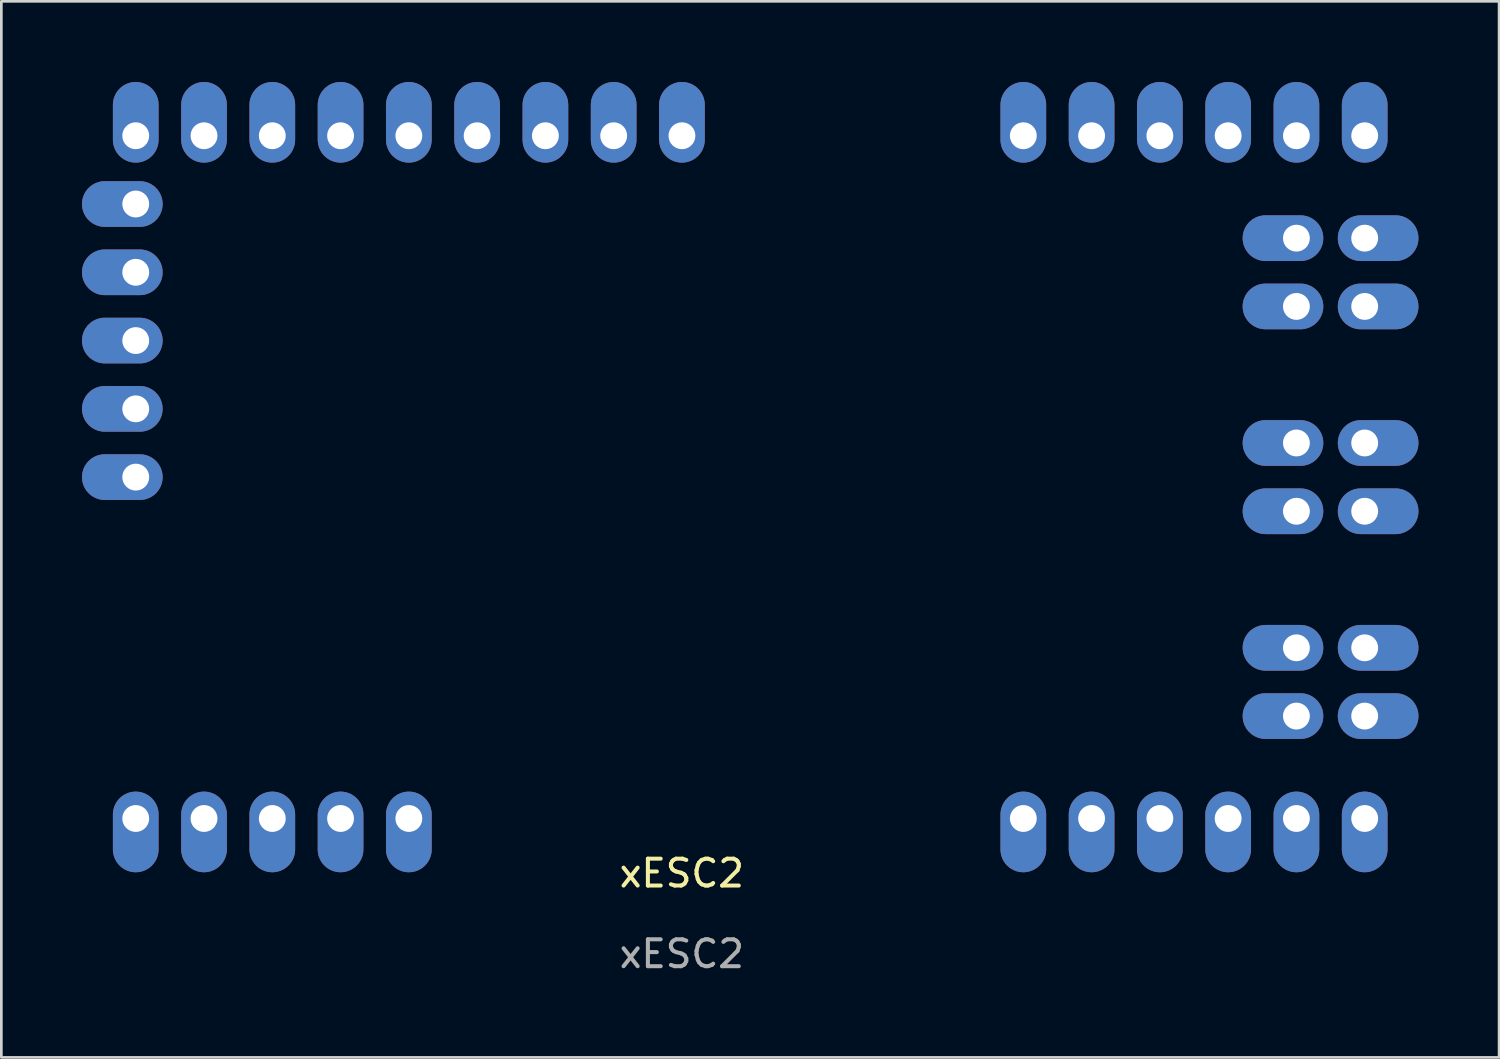
<source format=kicad_pcb>
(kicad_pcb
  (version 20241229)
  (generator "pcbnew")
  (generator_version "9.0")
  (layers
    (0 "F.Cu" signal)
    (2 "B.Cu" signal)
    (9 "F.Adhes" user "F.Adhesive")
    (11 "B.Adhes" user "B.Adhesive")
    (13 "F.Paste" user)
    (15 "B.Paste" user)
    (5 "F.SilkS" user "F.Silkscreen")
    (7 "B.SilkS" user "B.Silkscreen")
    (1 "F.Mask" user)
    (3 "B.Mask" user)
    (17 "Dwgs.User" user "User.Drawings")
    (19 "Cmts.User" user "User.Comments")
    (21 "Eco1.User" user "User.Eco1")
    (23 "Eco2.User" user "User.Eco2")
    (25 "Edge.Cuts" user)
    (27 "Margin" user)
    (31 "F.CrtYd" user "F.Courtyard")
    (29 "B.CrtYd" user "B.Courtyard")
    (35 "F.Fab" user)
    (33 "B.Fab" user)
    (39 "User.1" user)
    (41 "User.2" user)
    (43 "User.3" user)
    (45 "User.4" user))
  (footprint "xESC2"
    (layer "F.Cu")
    (at 22.315 29.94)
    (property "Reference" "xESC2" (at 0 -0.5 0) (unlocked yes) (layer "F.SilkS") (effects (font (size 1 1) (thickness 0.15))))
    (attr through_hole)
    (fp_text user "${REFERENCE}" (at 0 2.5 0) (unlocked yes) (layer "F.Fab") (effects (font (size 1 1) (thickness 0.15))))
    (pad "1" thru_hole oval (at -17.775 -27.94 270) (size 3 1.7) (drill oval 1 (offset -0.5 0)) (layers "*.Cu" "*.Mask"))
    (pad "2" thru_hole oval (at -15.235 -27.94 270) (size 3 1.7) (drill oval 1 (offset -0.5 0)) (layers "*.Cu" "*.Mask"))
    (pad "3" thru_hole oval (at -10.155 -27.94 270) (size 3 1.7) (drill oval 1 (offset -0.5 0)) (layers "*.Cu" "*.Mask"))
    (pad "4" thru_hole oval (at -7.615 -27.94 270) (size 3 1.7) (drill oval 1 (offset -0.5 0)) (layers "*.Cu" "*.Mask"))
    (pad "5" thru_hole oval (at -5.075 -27.94 270) (size 3 1.7) (drill oval 1 (offset -0.5 0)) (layers "*.Cu" "*.Mask"))
    (pad "5V" thru_hole oval (at -12.695 -27.94 270) (size 3 1.7) (drill oval 1 (offset -0.5 0)) (layers "*.Cu" "*.Mask"))
    (pad "5V" thru_hole oval (at 17.785 -27.94 270) (size 3 1.7) (drill oval 1 (offset -0.5 0)) (layers "*.Cu" "*.Mask"))
    (pad "5V" thru_hole oval (at 17.785 -2.54 270) (size 3 1.7) (drill oval 1 (offset 0.5 0)) (layers "*.Cu" "*.Mask"))
    (pad "5V" thru_hole oval (at 20.325 -27.94 270) (size 3 1.7) (drill oval 1 (offset -0.5 0)) (layers "*.Cu" "*.Mask"))
    (pad "5V" thru_hole oval (at 20.325 -2.54 270) (size 3 1.7) (drill oval 1 (offset 0.5 0)) (layers "*.Cu" "*.Mask"))
    (pad "6" thru_hole oval (at -2.535 -27.94 270) (size 3 1.7) (drill oval 1 (offset -0.5 0)) (layers "*.Cu" "*.Mask"))
    (pad "7" thru_hole oval (at -20.315 -25.4 270) (size 1.7 3) (drill oval 1 (offset 0 0.5)) (layers "*.Cu" "*.Mask"))
    (pad "8" thru_hole oval (at -20.315 -22.86 270) (size 1.7 3) (drill oval 1 (offset 0 0.5)) (layers "*.Cu" "*.Mask"))
    (pad "9" thru_hole oval (at -20.315 -17.78 270) (size 1.7 3) (drill oval 1 (offset 0 0.5)) (layers "*.Cu" "*.Mask"))
    (pad "10" thru_hole oval (at -20.315 -15.24 270) (size 1.7 3) (drill oval 1 (offset 0 0.5)) (layers "*.Cu" "*.Mask"))
    (pad "11" thru_hole oval (at -20.315 -2.54 270) (size 3 1.7) (drill oval 1 (offset 0.5 0)) (layers "*.Cu" "*.Mask"))
    (pad "12" thru_hole oval (at -17.775 -2.54 270) (size 3 1.7) (drill oval 1 (offset 0.5 0)) (layers "*.Cu" "*.Mask"))
    (pad "13" thru_hole oval (at -15.235 -2.54 270) (size 3 1.7) (drill oval 1 (offset 0.5 0)) (layers "*.Cu" "*.Mask"))
    (pad "14" thru_hole oval (at -12.695 -2.54 270) (size 3 1.7) (drill oval 1 (offset 0.5 0)) (layers "*.Cu" "*.Mask"))
    (pad "GND" thru_hole oval (at -20.315 -27.94 270) (size 3 1.7) (drill oval 1 (offset -0.5 0)) (layers "*.Cu" "*.Mask"))
    (pad "GND" thru_hole oval (at -20.315 -20.32 270) (size 1.7 3) (drill oval 1 (offset 0 0.5)) (layers "*.Cu" "*.Mask"))
    (pad "GND" thru_hole oval (at -10.155 -2.54 270) (size 3 1.7) (drill oval 1 (offset 0.5 0)) (layers "*.Cu" "*.Mask"))
    (pad "GND" thru_hole oval (at 0.005 -27.94 270) (size 3 1.7) (drill oval 1 (offset -0.5 0)) (layers "*.Cu" "*.Mask"))
    (pad "GND" thru_hole oval (at 22.865 -27.94 270) (size 3 1.7) (drill oval 1 (offset -0.5 0)) (layers "*.Cu" "*.Mask"))
    (pad "GND" thru_hole oval (at 22.865 -2.54 270) (size 3 1.7) (drill oval 1 (offset 0.5 0)) (layers "*.Cu" "*.Mask"))
    (pad "GND" thru_hole oval (at 25.405 -27.94 270) (size 3 1.7) (drill oval 1 (offset -0.5 0)) (layers "*.Cu" "*.Mask"))
    (pad "GND" thru_hole oval (at 25.405 -2.54 270) (size 3 1.7) (drill oval 1 (offset 0.5 0)) (layers "*.Cu" "*.Mask"))
    (pad "U" thru_hole oval (at 22.865 -8.89 270) (size 1.7 3) (drill oval 1 (offset 0 0.5)) (layers "*.Cu" "*.Mask"))
    (pad "U" thru_hole oval (at 22.865 -6.35 270) (size 1.7 3) (drill oval 1 (offset 0 0.5)) (layers "*.Cu" "*.Mask"))
    (pad "U" thru_hole oval (at 25.405 -8.89 270) (size 1.7 3) (drill oval 1 (offset 0 -0.5)) (layers "*.Cu" "*.Mask"))
    (pad "U" thru_hole oval (at 25.405 -6.35 270) (size 1.7 3) (drill oval 1 (offset 0 -0.5)) (layers "*.Cu" "*.Mask"))
    (pad "V" thru_hole oval (at 22.865 -16.51 270) (size 1.7 3) (drill oval 1 (offset 0 0.5)) (layers "*.Cu" "*.Mask"))
    (pad "V" thru_hole oval (at 22.865 -13.97 270) (size 1.7 3) (drill oval 1 (offset 0 0.5)) (layers "*.Cu" "*.Mask"))
    (pad "V" thru_hole oval (at 25.405 -16.51 270) (size 1.7 3) (drill oval 1 (offset 0 -0.5)) (layers "*.Cu" "*.Mask"))
    (pad "V" thru_hole oval (at 25.405 -13.97 270) (size 1.7 3) (drill oval 1 (offset 0 -0.5)) (layers "*.Cu" "*.Mask"))
    (pad "VM" thru_hole oval (at 12.705 -27.94 270) (size 3 1.7) (drill oval 1 (offset -0.5 0)) (layers "*.Cu" "*.Mask"))
    (pad "VM" thru_hole oval (at 12.705 -2.54 270) (size 3 1.7) (drill oval 1 (offset 0.5 0)) (layers "*.Cu" "*.Mask"))
    (pad "VM" thru_hole oval (at 15.245 -27.94 270) (size 3 1.7) (drill oval 1 (offset -0.5 0)) (layers "*.Cu" "*.Mask"))
    (pad "VM" thru_hole oval (at 15.245 -2.54 270) (size 3 1.7) (drill oval 1 (offset 0.5 0)) (layers "*.Cu" "*.Mask"))
    (pad "W" thru_hole oval (at 22.865 -24.13 270) (size 1.7 3) (drill oval 1 (offset 0 0.5)) (layers "*.Cu" "*.Mask"))
    (pad "W" thru_hole oval (at 22.865 -21.59 270) (size 1.7 3) (drill oval 1 (offset 0 0.5)) (layers "*.Cu" "*.Mask"))
    (pad "W" thru_hole oval (at 25.405 -24.13 270) (size 1.7 3) (drill oval 1 (offset 0 -0.5)) (layers "*.Cu" "*.Mask"))
    (pad "W" thru_hole oval (at 25.405 -21.59 270) (size 1.7 3) (drill oval 1 (offset 0 -0.5)) (layers "*.Cu" "*.Mask")))
  (gr_rect
    (start -3 -3)
    (end 52.72 36.288)
    (stroke (width 0.1) (type default))
    (fill no)
    (layer "Edge.Cuts")))
</source>
